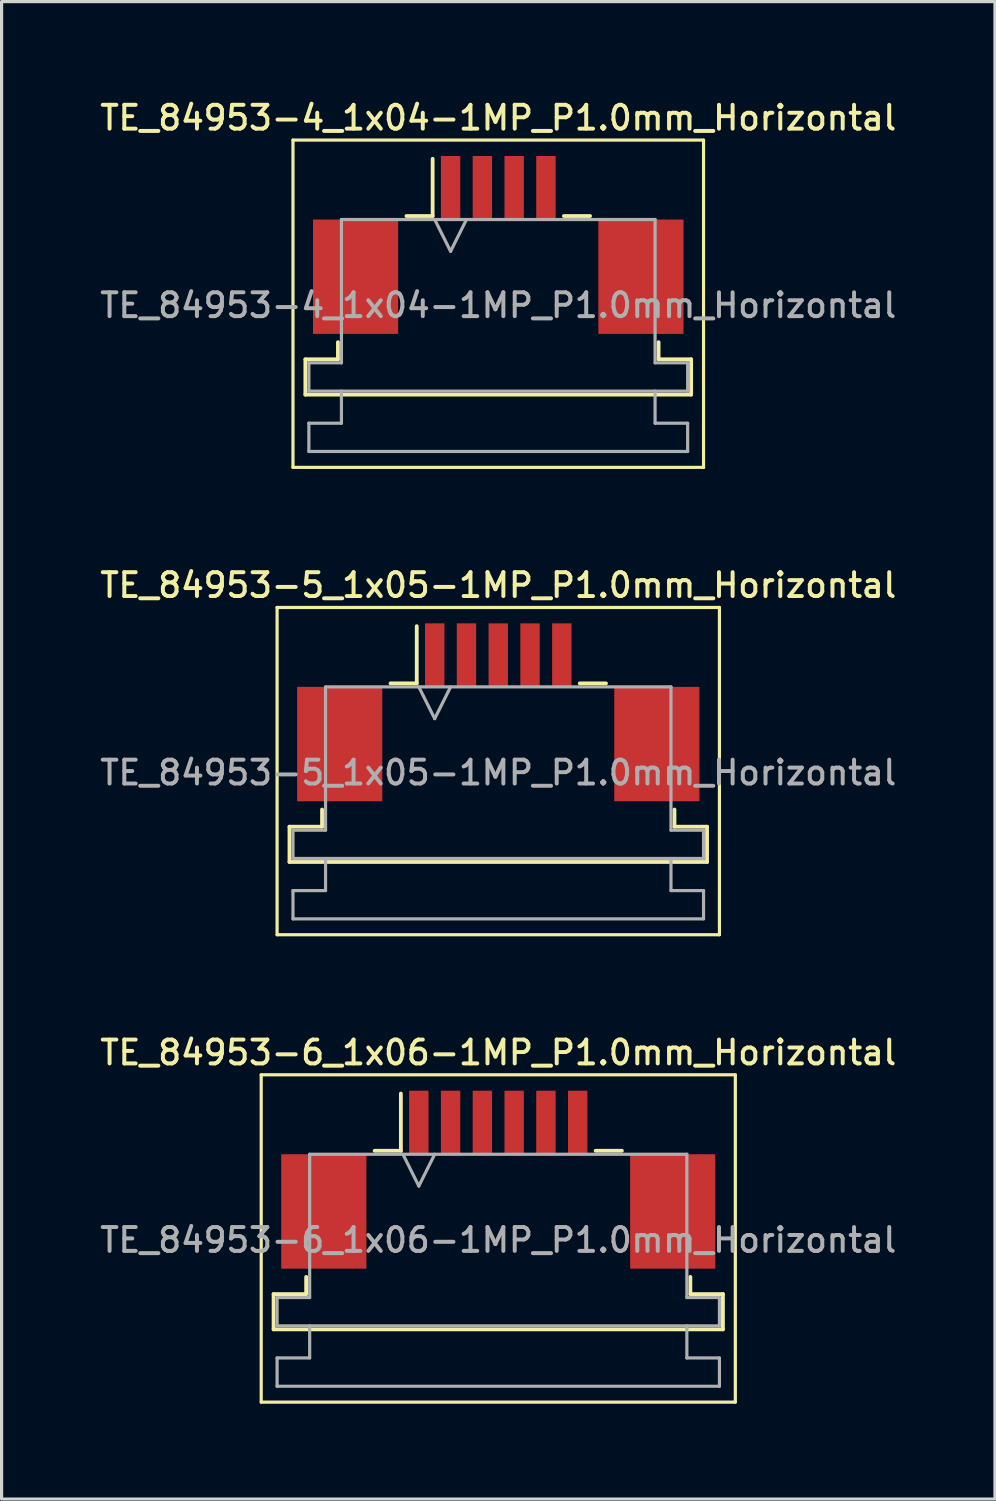
<source format=kicad_pcb>
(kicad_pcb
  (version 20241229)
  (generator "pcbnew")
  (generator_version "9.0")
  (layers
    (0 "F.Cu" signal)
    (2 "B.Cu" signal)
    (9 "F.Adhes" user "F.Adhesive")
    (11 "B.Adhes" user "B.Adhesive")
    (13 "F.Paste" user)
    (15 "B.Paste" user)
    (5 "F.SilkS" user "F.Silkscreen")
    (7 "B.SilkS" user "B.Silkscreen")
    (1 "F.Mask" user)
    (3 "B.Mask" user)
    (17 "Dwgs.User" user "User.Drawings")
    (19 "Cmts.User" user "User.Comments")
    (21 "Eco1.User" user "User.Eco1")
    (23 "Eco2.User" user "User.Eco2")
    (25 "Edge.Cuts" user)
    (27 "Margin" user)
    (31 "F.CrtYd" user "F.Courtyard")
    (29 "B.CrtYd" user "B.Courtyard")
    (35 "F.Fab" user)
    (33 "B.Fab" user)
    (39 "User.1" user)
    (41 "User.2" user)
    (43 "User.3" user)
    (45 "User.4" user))
  (footprint "TE_84953-4_1x04-1MP_P1.0mm_Horizontal"
    (layer "F.Cu")
    (at 12.63 4.658)
    (property "Reference" "TE_84953-4_1x04-1MP_P1.0mm_Horizontal" (at 0 -4 0) (layer "F.SilkS") (effects (font (size 0.75 0.75) (thickness 0.125))))
    (attr smd)
    (fp_line (start -6.46 -3.3) (end -6.46 7) (stroke (width 0.1) (type solid)) (layer "F.SilkS"))
    (fp_line (start -6.46 7) (end 6.46 7) (stroke (width 0.1) (type solid)) (layer "F.SilkS"))
    (fp_line (start -6.07 3.6) (end -5.045 3.6) (stroke (width 0.12) (type solid)) (layer "F.SilkS"))
    (fp_line (start -6.07 4.71) (end -6.07 3.6) (stroke (width 0.12) (type solid)) (layer "F.SilkS"))
    (fp_line (start -5.045 3.6) (end -5.045 3.06) (stroke (width 0.12) (type solid)) (layer "F.SilkS"))
    (fp_line (start -2.89 -0.91) (end -2.065 -0.91) (stroke (width 0.12) (type solid)) (layer "F.SilkS"))
    (fp_line (start -2.065 -0.91) (end -2.065 -2.71) (stroke (width 0.12) (type solid)) (layer "F.SilkS"))
    (fp_line (start 2.065 -0.91) (end 2.89 -0.91) (stroke (width 0.12) (type solid)) (layer "F.SilkS"))
    (fp_line (start 5.045 3.06) (end 5.045 3.6) (stroke (width 0.12) (type solid)) (layer "F.SilkS"))
    (fp_line (start 5.045 3.6) (end 6.07 3.6) (stroke (width 0.12) (type solid)) (layer "F.SilkS"))
    (fp_line (start 6.07 3.6) (end 6.07 4.71) (stroke (width 0.12) (type solid)) (layer "F.SilkS"))
    (fp_line (start 6.07 4.71) (end -6.07 4.71) (stroke (width 0.12) (type solid)) (layer "F.SilkS"))
    (fp_line (start 6.46 -3.3) (end -6.46 -3.3) (stroke (width 0.1) (type solid)) (layer "F.SilkS"))
    (fp_line (start 6.46 7) (end 6.46 -3.3) (stroke (width 0.1) (type solid)) (layer "F.SilkS"))
    (fp_line (start -5.96 3.71) (end -4.935 3.71) (stroke (width 0.1) (type solid)) (layer "F.Fab"))
    (fp_line (start -5.96 4.6) (end -5.96 3.71) (stroke (width 0.1) (type solid)) (layer "F.Fab"))
    (fp_line (start -5.96 5.61) (end -4.935 5.61) (stroke (width 0.1) (type solid)) (layer "F.Fab"))
    (fp_line (start -5.96 6.5) (end -5.96 5.61) (stroke (width 0.1) (type solid)) (layer "F.Fab"))
    (fp_line (start -4.935 -0.8) (end 4.935 -0.8) (stroke (width 0.1) (type solid)) (layer "F.Fab"))
    (fp_line (start -4.935 3.71) (end -4.935 -0.8) (stroke (width 0.1) (type solid)) (layer "F.Fab"))
    (fp_line (start -4.935 5.61) (end -4.935 4.6) (stroke (width 0.1) (type solid)) (layer "F.Fab"))
    (fp_line (start -2 -0.8) (end -1.5 0.2) (stroke (width 0.1) (type solid)) (layer "F.Fab"))
    (fp_line (start -1.5 0.2) (end -1 -0.8) (stroke (width 0.1) (type solid)) (layer "F.Fab"))
    (fp_line (start 4.935 -0.8) (end 4.935 3.71) (stroke (width 0.1) (type solid)) (layer "F.Fab"))
    (fp_line (start 4.935 3.71) (end 5.96 3.71) (stroke (width 0.1) (type solid)) (layer "F.Fab"))
    (fp_line (start 4.935 4.6) (end 4.935 5.61) (stroke (width 0.1) (type solid)) (layer "F.Fab"))
    (fp_line (start 4.935 5.61) (end 5.96 5.61) (stroke (width 0.1) (type solid)) (layer "F.Fab"))
    (fp_line (start 5.96 3.71) (end 5.96 4.6) (stroke (width 0.1) (type solid)) (layer "F.Fab"))
    (fp_line (start 5.96 4.6) (end -5.96 4.6) (stroke (width 0.1) (type solid)) (layer "F.Fab"))
    (fp_line (start 5.96 5.61) (end 5.96 6.5) (stroke (width 0.1) (type solid)) (layer "F.Fab"))
    (fp_line (start 5.96 6.5) (end -5.96 6.5) (stroke (width 0.1) (type solid)) (layer "F.Fab"))
    (fp_text user "${REFERENCE}" (at 0 1.9 0) (layer "F.Fab") (effects (font (size 0.75 0.75) (thickness 0.125))))
    (pad "1" smd rect (at -1.5 -1.8) (size 0.61 2) (layers "F.Cu" "F.Mask" "F.Paste"))
    (pad "2" smd rect (at -0.5 -1.8) (size 0.61 2) (layers "F.Cu" "F.Mask" "F.Paste"))
    (pad "3" smd rect (at 0.5 -1.8) (size 0.61 2) (layers "F.Cu" "F.Mask" "F.Paste"))
    (pad "4" smd rect (at 1.5 -1.8) (size 0.61 2) (layers "F.Cu" "F.Mask" "F.Paste"))
    (pad "MP" smd rect (at -4.49 1) (size 2.68 3.6) (layers "F.Cu" "F.Mask" "F.Paste"))
    (pad "MP" smd rect (at 4.49 1) (size 2.68 3.6) (layers "F.Cu" "F.Mask" "F.Paste")))
  (footprint "TE_84953-5_1x05-1MP_P1.0mm_Horizontal"
    (layer "F.Cu")
    (at 12.63 19.366)
    (property "Reference" "TE_84953-5_1x05-1MP_P1.0mm_Horizontal" (at 0 -4 0) (layer "F.SilkS") (effects (font (size 0.75 0.75) (thickness 0.125))))
    (attr smd)
    (fp_line (start -6.96 -3.3) (end -6.96 7) (stroke (width 0.1) (type solid)) (layer "F.SilkS"))
    (fp_line (start -6.96 7) (end 6.96 7) (stroke (width 0.1) (type solid)) (layer "F.SilkS"))
    (fp_line (start -6.57 3.6) (end -5.545 3.6) (stroke (width 0.12) (type solid)) (layer "F.SilkS"))
    (fp_line (start -6.57 4.71) (end -6.57 3.6) (stroke (width 0.12) (type solid)) (layer "F.SilkS"))
    (fp_line (start -5.545 3.6) (end -5.545 3.06) (stroke (width 0.12) (type solid)) (layer "F.SilkS"))
    (fp_line (start -3.39 -0.91) (end -2.565 -0.91) (stroke (width 0.12) (type solid)) (layer "F.SilkS"))
    (fp_line (start -2.565 -0.91) (end -2.565 -2.71) (stroke (width 0.12) (type solid)) (layer "F.SilkS"))
    (fp_line (start 2.565 -0.91) (end 3.39 -0.91) (stroke (width 0.12) (type solid)) (layer "F.SilkS"))
    (fp_line (start 5.545 3.06) (end 5.545 3.6) (stroke (width 0.12) (type solid)) (layer "F.SilkS"))
    (fp_line (start 5.545 3.6) (end 6.57 3.6) (stroke (width 0.12) (type solid)) (layer "F.SilkS"))
    (fp_line (start 6.57 3.6) (end 6.57 4.71) (stroke (width 0.12) (type solid)) (layer "F.SilkS"))
    (fp_line (start 6.57 4.71) (end -6.57 4.71) (stroke (width 0.12) (type solid)) (layer "F.SilkS"))
    (fp_line (start 6.96 -3.3) (end -6.96 -3.3) (stroke (width 0.1) (type solid)) (layer "F.SilkS"))
    (fp_line (start 6.96 7) (end 6.96 -3.3) (stroke (width 0.1) (type solid)) (layer "F.SilkS"))
    (fp_line (start -6.46 3.71) (end -5.435 3.71) (stroke (width 0.1) (type solid)) (layer "F.Fab"))
    (fp_line (start -6.46 4.6) (end -6.46 3.71) (stroke (width 0.1) (type solid)) (layer "F.Fab"))
    (fp_line (start -6.46 5.61) (end -5.435 5.61) (stroke (width 0.1) (type solid)) (layer "F.Fab"))
    (fp_line (start -6.46 6.5) (end -6.46 5.61) (stroke (width 0.1) (type solid)) (layer "F.Fab"))
    (fp_line (start -5.435 -0.8) (end 5.435 -0.8) (stroke (width 0.1) (type solid)) (layer "F.Fab"))
    (fp_line (start -5.435 3.71) (end -5.435 -0.8) (stroke (width 0.1) (type solid)) (layer "F.Fab"))
    (fp_line (start -5.435 5.61) (end -5.435 4.6) (stroke (width 0.1) (type solid)) (layer "F.Fab"))
    (fp_line (start -2.5 -0.8) (end -2 0.2) (stroke (width 0.1) (type solid)) (layer "F.Fab"))
    (fp_line (start -2 0.2) (end -1.5 -0.8) (stroke (width 0.1) (type solid)) (layer "F.Fab"))
    (fp_line (start 5.435 -0.8) (end 5.435 3.71) (stroke (width 0.1) (type solid)) (layer "F.Fab"))
    (fp_line (start 5.435 3.71) (end 6.46 3.71) (stroke (width 0.1) (type solid)) (layer "F.Fab"))
    (fp_line (start 5.435 4.6) (end 5.435 5.61) (stroke (width 0.1) (type solid)) (layer "F.Fab"))
    (fp_line (start 5.435 5.61) (end 6.46 5.61) (stroke (width 0.1) (type solid)) (layer "F.Fab"))
    (fp_line (start 6.46 3.71) (end 6.46 4.6) (stroke (width 0.1) (type solid)) (layer "F.Fab"))
    (fp_line (start 6.46 4.6) (end -6.46 4.6) (stroke (width 0.1) (type solid)) (layer "F.Fab"))
    (fp_line (start 6.46 5.61) (end 6.46 6.5) (stroke (width 0.1) (type solid)) (layer "F.Fab"))
    (fp_line (start 6.46 6.5) (end -6.46 6.5) (stroke (width 0.1) (type solid)) (layer "F.Fab"))
    (fp_text user "${REFERENCE}" (at 0 1.9 0) (layer "F.Fab") (effects (font (size 0.75 0.75) (thickness 0.125))))
    (pad "1" smd rect (at -2 -1.8) (size 0.61 2) (layers "F.Cu" "F.Mask" "F.Paste"))
    (pad "2" smd rect (at -1 -1.8) (size 0.61 2) (layers "F.Cu" "F.Mask" "F.Paste"))
    (pad "3" smd rect (at 0 -1.8) (size 0.61 2) (layers "F.Cu" "F.Mask" "F.Paste"))
    (pad "4" smd rect (at 1 -1.8) (size 0.61 2) (layers "F.Cu" "F.Mask" "F.Paste"))
    (pad "5" smd rect (at 2 -1.8) (size 0.61 2) (layers "F.Cu" "F.Mask" "F.Paste"))
    (pad "MP" smd rect (at -4.99 1) (size 2.68 3.6) (layers "F.Cu" "F.Mask" "F.Paste"))
    (pad "MP" smd rect (at 4.99 1) (size 2.68 3.6) (layers "F.Cu" "F.Mask" "F.Paste")))
  (footprint "TE_84953-6_1x06-1MP_P1.0mm_Horizontal"
    (layer "F.Cu")
    (at 12.63 34.074)
    (property "Reference" "TE_84953-6_1x06-1MP_P1.0mm_Horizontal" (at 0 -4 0) (layer "F.SilkS") (effects (font (size 0.75 0.75) (thickness 0.125))))
    (attr smd)
    (fp_line (start -7.46 -3.3) (end -7.46 7) (stroke (width 0.1) (type solid)) (layer "F.SilkS"))
    (fp_line (start -7.46 7) (end 7.46 7) (stroke (width 0.1) (type solid)) (layer "F.SilkS"))
    (fp_line (start -7.07 3.6) (end -6.045 3.6) (stroke (width 0.12) (type solid)) (layer "F.SilkS"))
    (fp_line (start -7.07 4.71) (end -7.07 3.6) (stroke (width 0.12) (type solid)) (layer "F.SilkS"))
    (fp_line (start -6.045 3.6) (end -6.045 3.06) (stroke (width 0.12) (type solid)) (layer "F.SilkS"))
    (fp_line (start -3.89 -0.91) (end -3.065 -0.91) (stroke (width 0.12) (type solid)) (layer "F.SilkS"))
    (fp_line (start -3.065 -0.91) (end -3.065 -2.71) (stroke (width 0.12) (type solid)) (layer "F.SilkS"))
    (fp_line (start 3.065 -0.91) (end 3.89 -0.91) (stroke (width 0.12) (type solid)) (layer "F.SilkS"))
    (fp_line (start 6.045 3.06) (end 6.045 3.6) (stroke (width 0.12) (type solid)) (layer "F.SilkS"))
    (fp_line (start 6.045 3.6) (end 7.07 3.6) (stroke (width 0.12) (type solid)) (layer "F.SilkS"))
    (fp_line (start 7.07 3.6) (end 7.07 4.71) (stroke (width 0.12) (type solid)) (layer "F.SilkS"))
    (fp_line (start 7.07 4.71) (end -7.07 4.71) (stroke (width 0.12) (type solid)) (layer "F.SilkS"))
    (fp_line (start 7.46 -3.3) (end -7.46 -3.3) (stroke (width 0.1) (type solid)) (layer "F.SilkS"))
    (fp_line (start 7.46 7) (end 7.46 -3.3) (stroke (width 0.1) (type solid)) (layer "F.SilkS"))
    (fp_line (start -6.96 3.71) (end -5.935 3.71) (stroke (width 0.1) (type solid)) (layer "F.Fab"))
    (fp_line (start -6.96 4.6) (end -6.96 3.71) (stroke (width 0.1) (type solid)) (layer "F.Fab"))
    (fp_line (start -6.96 5.61) (end -5.935 5.61) (stroke (width 0.1) (type solid)) (layer "F.Fab"))
    (fp_line (start -6.96 6.5) (end -6.96 5.61) (stroke (width 0.1) (type solid)) (layer "F.Fab"))
    (fp_line (start -5.935 -0.8) (end 5.935 -0.8) (stroke (width 0.1) (type solid)) (layer "F.Fab"))
    (fp_line (start -5.935 3.71) (end -5.935 -0.8) (stroke (width 0.1) (type solid)) (layer "F.Fab"))
    (fp_line (start -5.935 5.61) (end -5.935 4.6) (stroke (width 0.1) (type solid)) (layer "F.Fab"))
    (fp_line (start -3 -0.8) (end -2.5 0.2) (stroke (width 0.1) (type solid)) (layer "F.Fab"))
    (fp_line (start -2.5 0.2) (end -2 -0.8) (stroke (width 0.1) (type solid)) (layer "F.Fab"))
    (fp_line (start 5.935 -0.8) (end 5.935 3.71) (stroke (width 0.1) (type solid)) (layer "F.Fab"))
    (fp_line (start 5.935 3.71) (end 6.96 3.71) (stroke (width 0.1) (type solid)) (layer "F.Fab"))
    (fp_line (start 5.935 4.6) (end 5.935 5.61) (stroke (width 0.1) (type solid)) (layer "F.Fab"))
    (fp_line (start 5.935 5.61) (end 6.96 5.61) (stroke (width 0.1) (type solid)) (layer "F.Fab"))
    (fp_line (start 6.96 3.71) (end 6.96 4.6) (stroke (width 0.1) (type solid)) (layer "F.Fab"))
    (fp_line (start 6.96 4.6) (end -6.96 4.6) (stroke (width 0.1) (type solid)) (layer "F.Fab"))
    (fp_line (start 6.96 5.61) (end 6.96 6.5) (stroke (width 0.1) (type solid)) (layer "F.Fab"))
    (fp_line (start 6.96 6.5) (end -6.96 6.5) (stroke (width 0.1) (type solid)) (layer "F.Fab"))
    (fp_text user "${REFERENCE}" (at 0 1.9 0) (layer "F.Fab") (effects (font (size 0.75 0.75) (thickness 0.125))))
    (pad "1" smd rect (at -2.5 -1.8) (size 0.61 2) (layers "F.Cu" "F.Mask" "F.Paste"))
    (pad "2" smd rect (at -1.5 -1.8) (size 0.61 2) (layers "F.Cu" "F.Mask" "F.Paste"))
    (pad "3" smd rect (at -0.5 -1.8) (size 0.61 2) (layers "F.Cu" "F.Mask" "F.Paste"))
    (pad "4" smd rect (at 0.5 -1.8) (size 0.61 2) (layers "F.Cu" "F.Mask" "F.Paste"))
    (pad "5" smd rect (at 1.5 -1.8) (size 0.61 2) (layers "F.Cu" "F.Mask" "F.Paste"))
    (pad "6" smd rect (at 2.5 -1.8) (size 0.61 2) (layers "F.Cu" "F.Mask" "F.Paste"))
    (pad "MP" smd rect (at -5.49 1) (size 2.68 3.6) (layers "F.Cu" "F.Mask" "F.Paste"))
    (pad "MP" smd rect (at 5.49 1) (size 2.68 3.6) (layers "F.Cu" "F.Mask" "F.Paste")))
  (gr_rect
    (start -3 -3)
    (end 28.261 44.124)
    (stroke (width 0.1) (type default))
    (fill no)
    (layer "Edge.Cuts")))
</source>
